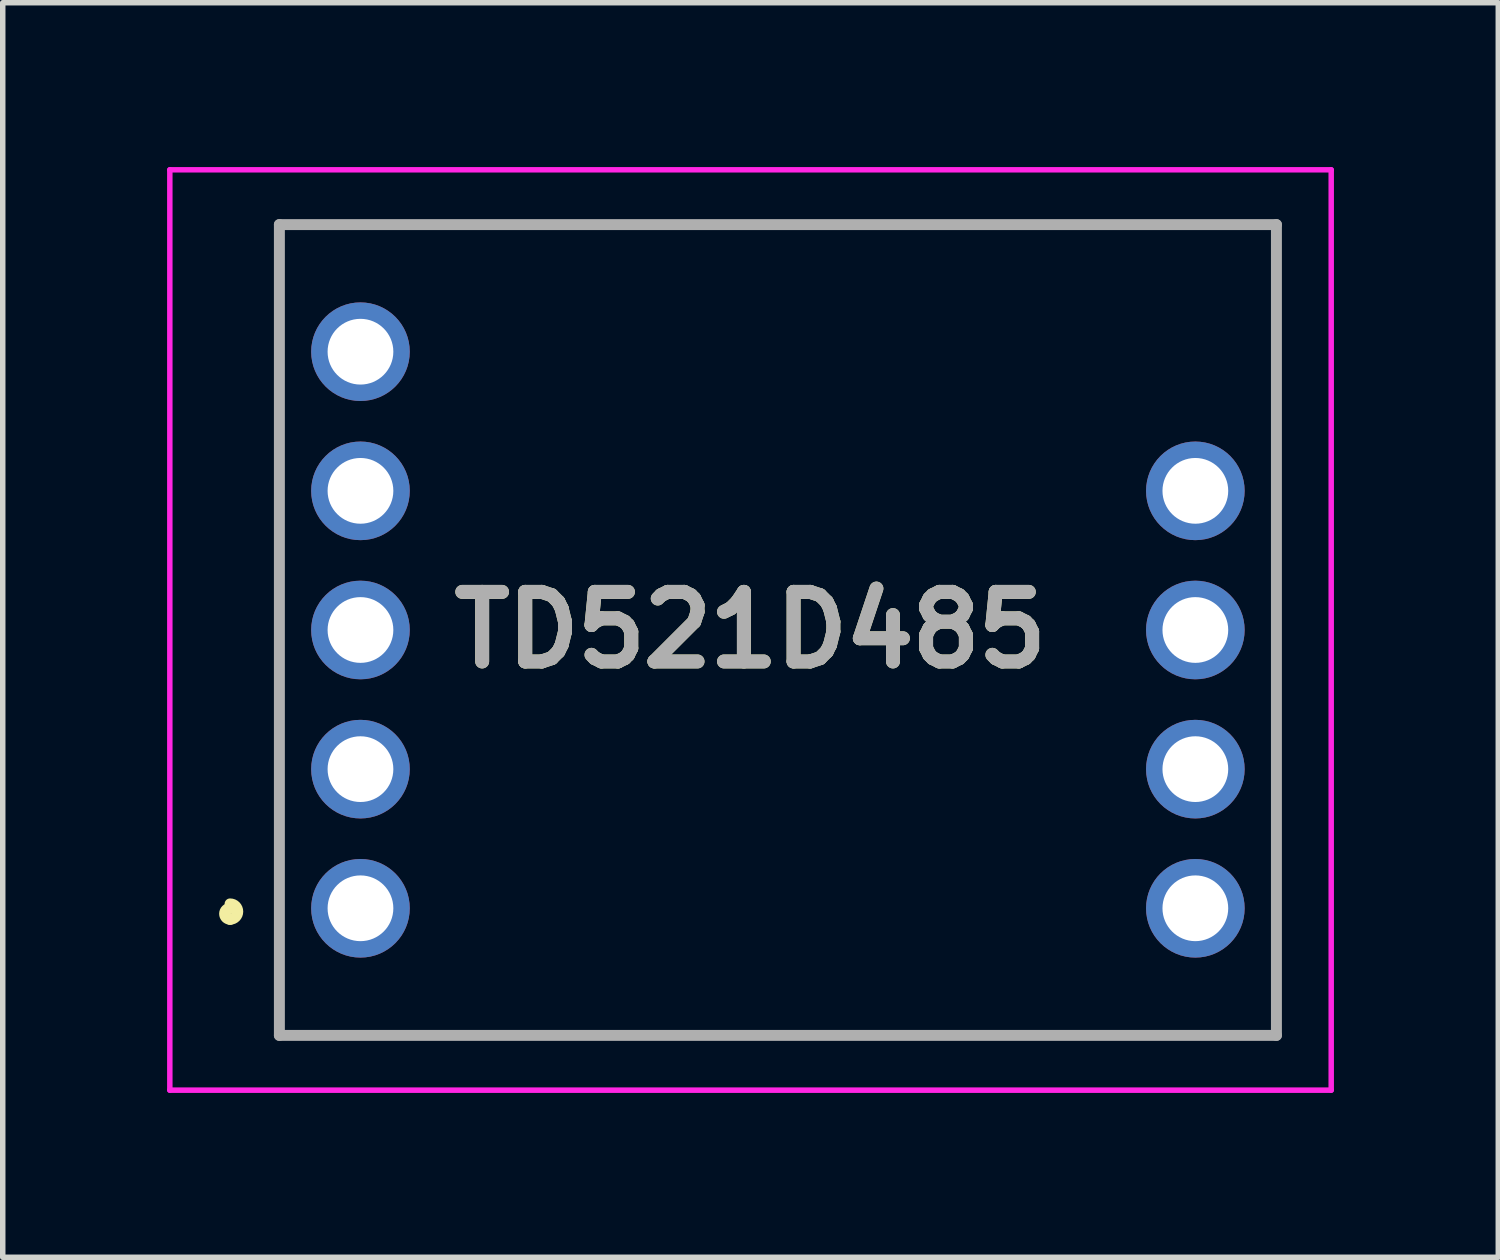
<source format=kicad_pcb>
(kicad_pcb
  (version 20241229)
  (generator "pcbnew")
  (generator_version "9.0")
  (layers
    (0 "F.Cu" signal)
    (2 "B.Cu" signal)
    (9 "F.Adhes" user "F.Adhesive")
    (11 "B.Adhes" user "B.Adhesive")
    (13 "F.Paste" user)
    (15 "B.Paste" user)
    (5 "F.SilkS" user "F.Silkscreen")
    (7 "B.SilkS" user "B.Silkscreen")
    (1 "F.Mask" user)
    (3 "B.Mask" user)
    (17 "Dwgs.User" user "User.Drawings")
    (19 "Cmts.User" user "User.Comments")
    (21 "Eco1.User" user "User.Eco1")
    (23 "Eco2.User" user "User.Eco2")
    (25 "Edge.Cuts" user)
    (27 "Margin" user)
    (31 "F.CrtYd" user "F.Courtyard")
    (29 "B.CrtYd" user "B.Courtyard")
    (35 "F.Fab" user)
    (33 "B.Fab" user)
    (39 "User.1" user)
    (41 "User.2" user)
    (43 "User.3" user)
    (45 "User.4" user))
  (footprint "TD521D485"
    (layer "F.Cu")
    (at 3.53 13.53)
    (property "Reference" "TD521D485" (at 7.12 -5.08 0) (layer "F.SilkS") (effects (font (size 1.27 1.27) (thickness 0.254))))
    (attr through_hole)
    (fp_line (start -2.38 0) (end -2.38 0) (stroke (width 0.2) (type solid)) (layer "F.SilkS"))
    (fp_line (start -2.38 0.2) (end -2.38 0.2) (stroke (width 0.2) (type solid)) (layer "F.SilkS"))
    (fp_line (start -1.48 -12.48) (end -1.48 2.32) (stroke (width 0.1) (type solid)) (layer "F.SilkS"))
    (fp_line (start -1.48 2.32) (end 16.72 2.32) (stroke (width 0.1) (type solid)) (layer "F.SilkS"))
    (fp_line (start 16.72 -12.48) (end -1.48 -12.48) (stroke (width 0.1) (type solid)) (layer "F.SilkS"))
    (fp_line (start 16.72 2.32) (end 16.72 -12.48) (stroke (width 0.1) (type solid)) (layer "F.SilkS"))
    (fp_arc (start -2.38 -0.08) (mid -2.24 0.06) (end -2.38 0.2) (stroke (width 0.2) (type solid)) (layer "F.SilkS"))
    (fp_arc (start -2.38 0.2) (mid -2.48 0.1) (end -2.38 0) (stroke (width 0.2) (type solid)) (layer "F.SilkS"))
    (fp_line (start -3.48 -13.48) (end 17.72 -13.48) (stroke (width 0.1) (type solid)) (layer "F.CrtYd"))
    (fp_line (start -3.48 3.32) (end -3.48 -13.48) (stroke (width 0.1) (type solid)) (layer "F.CrtYd"))
    (fp_line (start 17.72 -13.48) (end 17.72 3.32) (stroke (width 0.1) (type solid)) (layer "F.CrtYd"))
    (fp_line (start 17.72 3.32) (end -3.48 3.32) (stroke (width 0.1) (type solid)) (layer "F.CrtYd"))
    (fp_line (start -1.48 -12.48) (end 16.72 -12.48) (stroke (width 0.2) (type solid)) (layer "F.Fab"))
    (fp_line (start -1.48 2.32) (end -1.48 -12.48) (stroke (width 0.2) (type solid)) (layer "F.Fab"))
    (fp_line (start 16.72 -12.48) (end 16.72 2.32) (stroke (width 0.2) (type solid)) (layer "F.Fab"))
    (fp_line (start 16.72 2.32) (end -1.48 2.32) (stroke (width 0.2) (type solid)) (layer "F.Fab"))
    (fp_text user "${REFERENCE}" (at 7.12 -5.08 0) (layer "F.Fab") (effects (font (size 1.27 1.27) (thickness 0.254))))
    (pad "1" thru_hole circle (at 0 0) (size 1.8 1.8) (drill 1.2) (layers "*.Cu" "*.Mask"))
    (pad "2" thru_hole circle (at 0 -2.54) (size 1.8 1.8) (drill 1.2) (layers "*.Cu" "*.Mask"))
    (pad "3" thru_hole circle (at 0 -5.08) (size 1.8 1.8) (drill 1.2) (layers "*.Cu" "*.Mask"))
    (pad "4" thru_hole circle (at 0 -7.62) (size 1.8 1.8) (drill 1.2) (layers "*.Cu" "*.Mask"))
    (pad "5" thru_hole circle (at 0 -10.16) (size 1.8 1.8) (drill 1.2) (layers "*.Cu" "*.Mask"))
    (pad "7" thru_hole circle (at 15.24 -7.62) (size 1.8 1.8) (drill 1.2) (layers "*.Cu" "*.Mask"))
    (pad "8" thru_hole circle (at 15.24 -5.08) (size 1.8 1.8) (drill 1.2) (layers "*.Cu" "*.Mask"))
    (pad "9" thru_hole circle (at 15.24 -2.54) (size 1.8 1.8) (drill 1.2) (layers "*.Cu" "*.Mask"))
    (pad "10" thru_hole circle (at 15.24 0) (size 1.8 1.8) (drill 1.2) (layers "*.Cu" "*.Mask")))
  (gr_rect
    (start -3 -3)
    (end 24.3 19.9)
    (stroke (width 0.1) (type default))
    (fill no)
    (layer "Edge.Cuts")))
</source>
